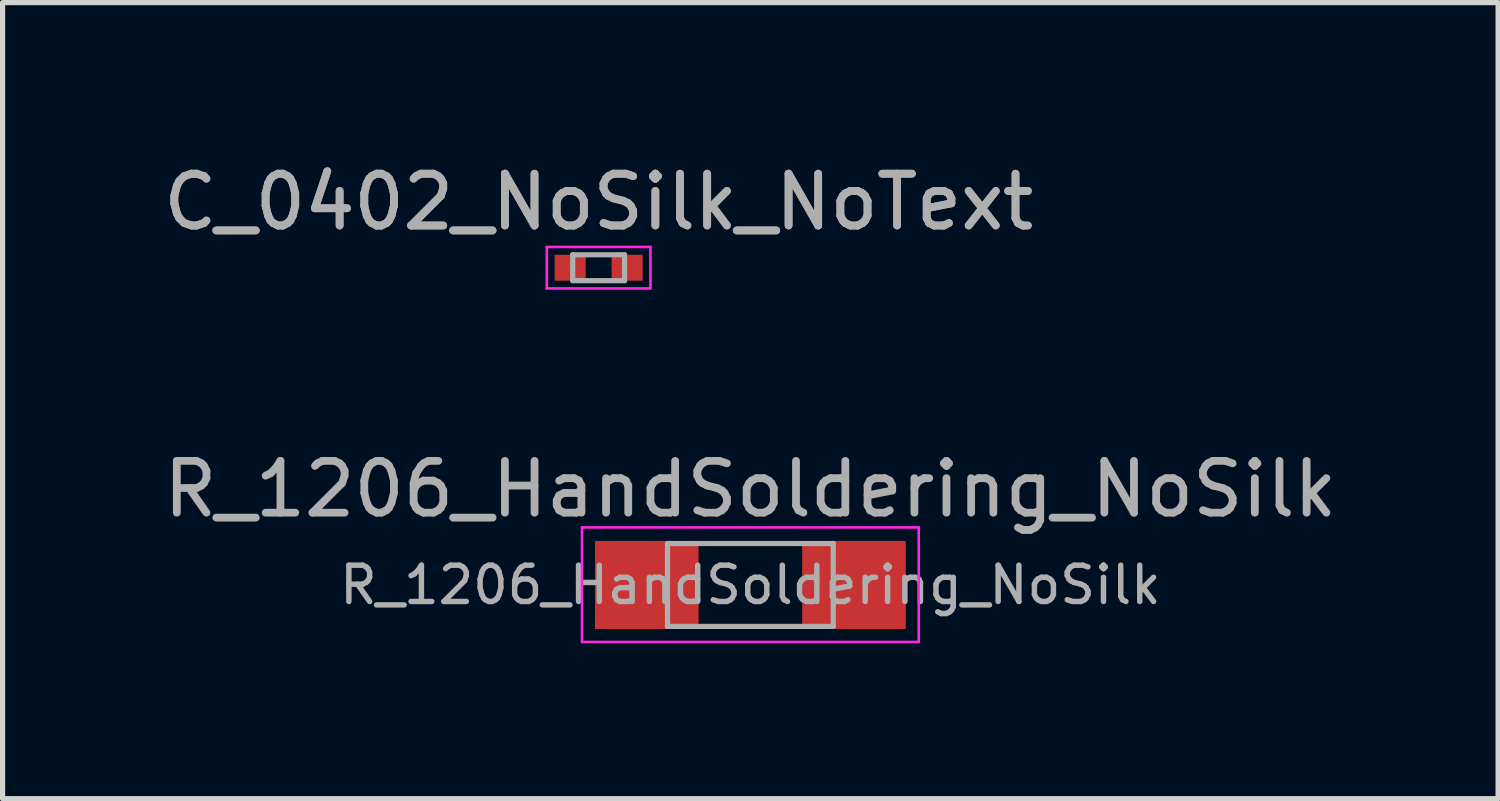
<source format=kicad_pcb>
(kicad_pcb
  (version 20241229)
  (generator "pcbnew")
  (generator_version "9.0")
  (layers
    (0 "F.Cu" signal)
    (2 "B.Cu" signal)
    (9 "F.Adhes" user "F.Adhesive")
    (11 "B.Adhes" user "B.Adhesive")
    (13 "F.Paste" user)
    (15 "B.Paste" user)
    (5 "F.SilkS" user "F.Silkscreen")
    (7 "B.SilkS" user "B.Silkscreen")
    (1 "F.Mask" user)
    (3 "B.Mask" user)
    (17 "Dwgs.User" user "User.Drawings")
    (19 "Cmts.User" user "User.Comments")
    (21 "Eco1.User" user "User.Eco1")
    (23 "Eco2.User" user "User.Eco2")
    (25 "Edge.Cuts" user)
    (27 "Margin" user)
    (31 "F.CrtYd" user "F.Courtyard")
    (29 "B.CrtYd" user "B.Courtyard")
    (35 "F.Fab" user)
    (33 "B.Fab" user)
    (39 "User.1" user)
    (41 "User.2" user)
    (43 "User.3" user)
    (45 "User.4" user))
  (footprint "R_1206_HandSoldering_NoSilk"
    (layer "F.Cu")
    (at 11.435 8.242)
    (property "Reference" "R_1206_HandSoldering_NoSilk" (at 0 -1.85 0) (layer "F.Fab") (effects (font (size 1 1) (thickness 0.15))))
    (attr smd)
    (fp_line (start -3.25 -1.11) (end -3.25 1.1) (stroke (width 0.05) (type solid)) (layer "F.CrtYd"))
    (fp_line (start -3.25 -1.11) (end 3.25 -1.11) (stroke (width 0.05) (type solid)) (layer "F.CrtYd"))
    (fp_line (start 3.25 1.1) (end -3.25 1.1) (stroke (width 0.05) (type solid)) (layer "F.CrtYd"))
    (fp_line (start 3.25 1.1) (end 3.25 -1.11) (stroke (width 0.05) (type solid)) (layer "F.CrtYd"))
    (fp_line (start -1.6 -0.8) (end 1.6 -0.8) (stroke (width 0.1) (type solid)) (layer "F.Fab"))
    (fp_line (start -1.6 0.8) (end -1.6 -0.8) (stroke (width 0.1) (type solid)) (layer "F.Fab"))
    (fp_line (start 1.6 -0.8) (end 1.6 0.8) (stroke (width 0.1) (type solid)) (layer "F.Fab"))
    (fp_line (start 1.6 0.8) (end -1.6 0.8) (stroke (width 0.1) (type solid)) (layer "F.Fab"))
    (fp_text user "${REFERENCE}" (at 0 0 0) (layer "F.Fab") (effects (font (size 0.7 0.7) (thickness 0.105))))
    (pad "1" smd rect (at -2 0) (size 2 1.7) (layers "F.Cu" "F.Mask" "F.Paste"))
    (pad "2" smd rect (at 2 0) (size 2 1.7) (layers "F.Cu" "F.Mask" "F.Paste")))
  (footprint "C_0402_NoSilk_NoText"
    (layer "F.Cu")
    (at 8.506 2.118)
    (property "Reference" "C_0402_NoSilk_NoText" (at 0 -1.27 0) (layer "F.Fab") (effects (font (size 1 1) (thickness 0.15))))
    (attr smd)
    (fp_line (start -1 -0.4) (end -1 0.4) (stroke (width 0.05) (type solid)) (layer "F.CrtYd"))
    (fp_line (start -1 -0.4) (end 1 -0.4) (stroke (width 0.05) (type solid)) (layer "F.CrtYd"))
    (fp_line (start 1 0.4) (end -1 0.4) (stroke (width 0.05) (type solid)) (layer "F.CrtYd"))
    (fp_line (start 1 0.4) (end 1 -0.4) (stroke (width 0.05) (type solid)) (layer "F.CrtYd"))
    (fp_line (start -0.5 -0.25) (end 0.5 -0.25) (stroke (width 0.1) (type solid)) (layer "F.Fab"))
    (fp_line (start -0.5 0.25) (end -0.5 -0.25) (stroke (width 0.1) (type solid)) (layer "F.Fab"))
    (fp_line (start 0.5 -0.25) (end 0.5 0.25) (stroke (width 0.1) (type solid)) (layer "F.Fab"))
    (fp_line (start 0.5 0.25) (end -0.5 0.25) (stroke (width 0.1) (type solid)) (layer "F.Fab"))
    (fp_text user "${REFERENCE}" (at 0 -1.27 0) (layer "F.Fab") (effects (font (size 1 1) (thickness 0.15))))
    (pad "1" smd rect (at -0.55 0) (size 0.6 0.5) (layers "F.Cu" "F.Mask" "F.Paste"))
    (pad "2" smd rect (at 0.55 0) (size 0.6 0.5) (layers "F.Cu" "F.Mask" "F.Paste")))
  (gr_rect
    (start -3 -3)
    (end 25.869 12.367)
    (stroke (width 0.1) (type default))
    (fill no)
    (layer "Edge.Cuts")))
</source>
